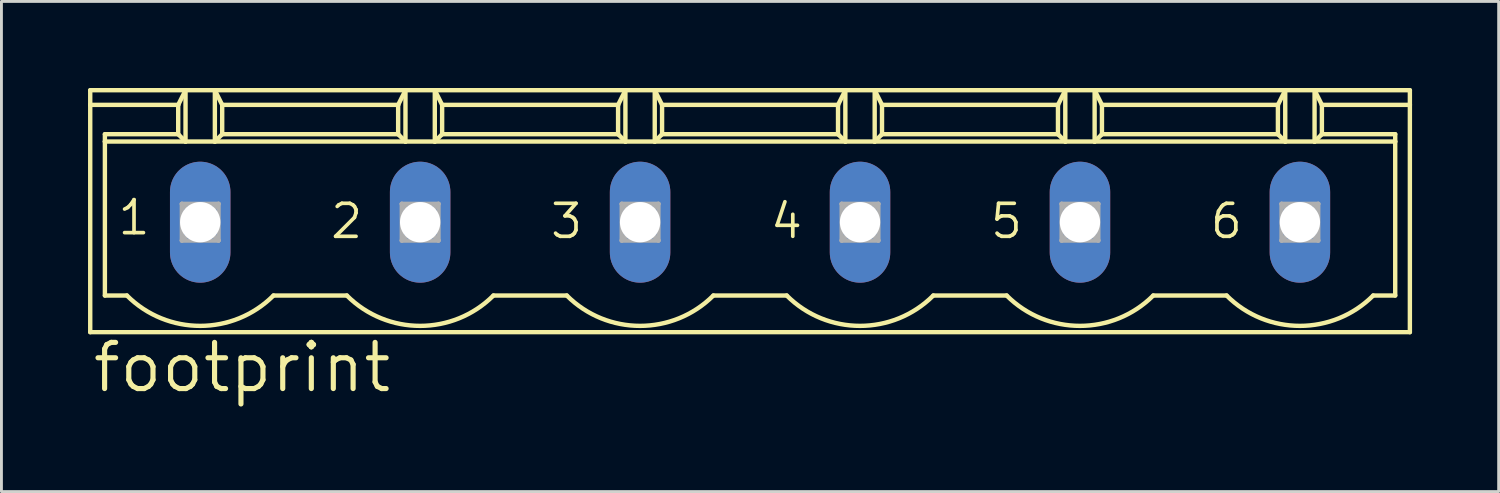
<source format=kicad_pcb>
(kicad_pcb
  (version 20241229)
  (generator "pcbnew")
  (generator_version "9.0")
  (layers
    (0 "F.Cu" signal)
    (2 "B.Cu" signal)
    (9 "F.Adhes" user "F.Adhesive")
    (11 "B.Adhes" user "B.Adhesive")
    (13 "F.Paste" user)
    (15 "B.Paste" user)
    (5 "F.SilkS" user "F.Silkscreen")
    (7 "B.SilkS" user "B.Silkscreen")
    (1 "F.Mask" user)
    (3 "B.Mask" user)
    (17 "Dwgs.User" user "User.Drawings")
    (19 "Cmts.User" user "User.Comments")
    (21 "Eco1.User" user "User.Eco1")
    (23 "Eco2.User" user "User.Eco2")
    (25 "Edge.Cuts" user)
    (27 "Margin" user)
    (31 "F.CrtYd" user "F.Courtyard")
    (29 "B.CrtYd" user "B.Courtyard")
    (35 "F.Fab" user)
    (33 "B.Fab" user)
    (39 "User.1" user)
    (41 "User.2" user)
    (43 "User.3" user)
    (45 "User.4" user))
  (footprint "footprint"
    (layer "F.Cu")
    (at 22.936 4.648)
    (property "Reference" "footprint" (at -22.86 5.969 0) (layer "F.SilkS") (effects (font (size 1.6 1.6) (thickness 0.178)) (justify left bottom)))
    (fp_line (start -22.86 -4.572) (end -19.558 -4.572) (stroke (width 0.152) (type solid)) (layer "F.SilkS"))
    (fp_line (start -22.86 -4.064) (end -22.86 -4.572) (stroke (width 0.152) (type solid)) (layer "F.SilkS"))
    (fp_line (start -22.86 -4.064) (end -19.812 -4.064) (stroke (width 0.152) (type solid)) (layer "F.SilkS"))
    (fp_line (start -22.86 3.81) (end -22.86 -4.064) (stroke (width 0.152) (type solid)) (layer "F.SilkS"))
    (fp_line (start -22.352 -3.048) (end -19.812 -3.048) (stroke (width 0.152) (type solid)) (layer "F.SilkS"))
    (fp_line (start -22.352 -2.794) (end -22.352 -3.048) (stroke (width 0.152) (type solid)) (layer "F.SilkS"))
    (fp_line (start -22.352 -2.794) (end -19.558 -2.794) (stroke (width 0.152) (type solid)) (layer "F.SilkS"))
    (fp_line (start -22.352 2.54) (end -22.352 -2.794) (stroke (width 0.152) (type solid)) (layer "F.SilkS"))
    (fp_line (start -21.59 2.54) (end -22.352 2.54) (stroke (width 0.152) (type solid)) (layer "F.SilkS"))
    (fp_line (start -19.812 -4.064) (end -19.558 -4.572) (stroke (width 0.152) (type solid)) (layer "F.SilkS"))
    (fp_line (start -19.812 -3.048) (end -19.812 -4.064) (stroke (width 0.152) (type solid)) (layer "F.SilkS"))
    (fp_line (start -19.812 -3.048) (end -19.558 -2.794) (stroke (width 0.152) (type solid)) (layer "F.SilkS"))
    (fp_line (start -19.558 -4.572) (end -18.542 -4.572) (stroke (width 0.152) (type solid)) (layer "F.SilkS"))
    (fp_line (start -19.558 -2.794) (end -19.558 -4.572) (stroke (width 0.152) (type solid)) (layer "F.SilkS"))
    (fp_line (start -19.558 -2.794) (end -18.542 -2.794) (stroke (width 0.152) (type solid)) (layer "F.SilkS"))
    (fp_line (start -18.542 -4.572) (end -18.288 -4.064) (stroke (width 0.152) (type solid)) (layer "F.SilkS"))
    (fp_line (start -18.542 -4.572) (end -11.938 -4.572) (stroke (width 0.152) (type solid)) (layer "F.SilkS"))
    (fp_line (start -18.542 -2.794) (end -18.542 -4.572) (stroke (width 0.152) (type solid)) (layer "F.SilkS"))
    (fp_line (start -18.542 -2.794) (end -11.938 -2.794) (stroke (width 0.152) (type solid)) (layer "F.SilkS"))
    (fp_line (start -18.288 -4.064) (end -18.288 -3.048) (stroke (width 0.152) (type solid)) (layer "F.SilkS"))
    (fp_line (start -18.288 -4.064) (end -12.192 -4.064) (stroke (width 0.152) (type solid)) (layer "F.SilkS"))
    (fp_line (start -18.288 -3.048) (end -18.542 -2.794) (stroke (width 0.152) (type solid)) (layer "F.SilkS"))
    (fp_line (start -13.97 2.54) (end -16.51 2.54) (stroke (width 0.152) (type solid)) (layer "F.SilkS"))
    (fp_line (start -12.192 -4.064) (end -12.192 -3.048) (stroke (width 0.152) (type solid)) (layer "F.SilkS"))
    (fp_line (start -12.192 -4.064) (end -11.938 -4.572) (stroke (width 0.152) (type solid)) (layer "F.SilkS"))
    (fp_line (start -12.192 -3.048) (end -18.288 -3.048) (stroke (width 0.152) (type solid)) (layer "F.SilkS"))
    (fp_line (start -12.192 -3.048) (end -11.938 -2.794) (stroke (width 0.152) (type solid)) (layer "F.SilkS"))
    (fp_line (start -11.938 -4.572) (end -10.922 -4.572) (stroke (width 0.152) (type solid)) (layer "F.SilkS"))
    (fp_line (start -11.938 -2.794) (end -11.938 -4.572) (stroke (width 0.152) (type solid)) (layer "F.SilkS"))
    (fp_line (start -11.938 -2.794) (end -10.922 -2.794) (stroke (width 0.152) (type solid)) (layer "F.SilkS"))
    (fp_line (start -10.922 -4.572) (end -10.668 -4.064) (stroke (width 0.152) (type solid)) (layer "F.SilkS"))
    (fp_line (start -10.922 -4.572) (end -4.318 -4.572) (stroke (width 0.152) (type solid)) (layer "F.SilkS"))
    (fp_line (start -10.922 -2.794) (end -10.922 -4.572) (stroke (width 0.152) (type solid)) (layer "F.SilkS"))
    (fp_line (start -10.922 -2.794) (end -4.318 -2.794) (stroke (width 0.152) (type solid)) (layer "F.SilkS"))
    (fp_line (start -10.668 -4.064) (end -10.668 -3.048) (stroke (width 0.152) (type solid)) (layer "F.SilkS"))
    (fp_line (start -10.668 -4.064) (end -4.572 -4.064) (stroke (width 0.152) (type solid)) (layer "F.SilkS"))
    (fp_line (start -10.668 -3.048) (end -10.922 -2.794) (stroke (width 0.152) (type solid)) (layer "F.SilkS"))
    (fp_line (start -10.668 -3.048) (end -4.572 -3.048) (stroke (width 0.152) (type solid)) (layer "F.SilkS"))
    (fp_line (start -6.35 2.54) (end -8.89 2.54) (stroke (width 0.152) (type solid)) (layer "F.SilkS"))
    (fp_line (start -4.572 -4.064) (end -4.318 -4.572) (stroke (width 0.152) (type solid)) (layer "F.SilkS"))
    (fp_line (start -4.572 -3.048) (end -4.572 -4.064) (stroke (width 0.152) (type solid)) (layer "F.SilkS"))
    (fp_line (start -4.572 -3.048) (end -4.318 -2.794) (stroke (width 0.152) (type solid)) (layer "F.SilkS"))
    (fp_line (start -4.318 -4.572) (end -3.302 -4.572) (stroke (width 0.152) (type solid)) (layer "F.SilkS"))
    (fp_line (start -4.318 -2.794) (end -4.318 -4.572) (stroke (width 0.152) (type solid)) (layer "F.SilkS"))
    (fp_line (start -4.318 -2.794) (end -3.302 -2.794) (stroke (width 0.152) (type solid)) (layer "F.SilkS"))
    (fp_line (start -3.302 -4.572) (end -3.048 -4.064) (stroke (width 0.152) (type solid)) (layer "F.SilkS"))
    (fp_line (start -3.302 -4.572) (end 3.302 -4.572) (stroke (width 0.152) (type solid)) (layer "F.SilkS"))
    (fp_line (start -3.302 -2.794) (end -3.302 -4.572) (stroke (width 0.152) (type solid)) (layer "F.SilkS"))
    (fp_line (start -3.302 -2.794) (end 3.302 -2.794) (stroke (width 0.152) (type solid)) (layer "F.SilkS"))
    (fp_line (start -3.048 -4.064) (end -3.048 -3.048) (stroke (width 0.152) (type solid)) (layer "F.SilkS"))
    (fp_line (start -3.048 -4.064) (end 3.048 -4.064) (stroke (width 0.152) (type solid)) (layer "F.SilkS"))
    (fp_line (start -3.048 -3.048) (end -3.302 -2.794) (stroke (width 0.152) (type solid)) (layer "F.SilkS"))
    (fp_line (start 1.27 2.54) (end -1.27 2.54) (stroke (width 0.152) (type solid)) (layer "F.SilkS"))
    (fp_line (start 3.048 -4.064) (end 3.048 -3.048) (stroke (width 0.152) (type solid)) (layer "F.SilkS"))
    (fp_line (start 3.048 -4.064) (end 3.302 -4.572) (stroke (width 0.152) (type solid)) (layer "F.SilkS"))
    (fp_line (start 3.048 -3.048) (end -3.048 -3.048) (stroke (width 0.152) (type solid)) (layer "F.SilkS"))
    (fp_line (start 3.048 -3.048) (end 3.302 -2.794) (stroke (width 0.152) (type solid)) (layer "F.SilkS"))
    (fp_line (start 3.302 -4.572) (end 4.318 -4.572) (stroke (width 0.152) (type solid)) (layer "F.SilkS"))
    (fp_line (start 3.302 -2.794) (end 3.302 -4.572) (stroke (width 0.152) (type solid)) (layer "F.SilkS"))
    (fp_line (start 3.302 -2.794) (end 4.318 -2.794) (stroke (width 0.152) (type solid)) (layer "F.SilkS"))
    (fp_line (start 4.318 -4.572) (end 4.572 -4.064) (stroke (width 0.152) (type solid)) (layer "F.SilkS"))
    (fp_line (start 4.318 -4.572) (end 10.922 -4.572) (stroke (width 0.152) (type solid)) (layer "F.SilkS"))
    (fp_line (start 4.318 -2.794) (end 4.318 -4.572) (stroke (width 0.152) (type solid)) (layer "F.SilkS"))
    (fp_line (start 4.318 -2.794) (end 10.922 -2.794) (stroke (width 0.152) (type solid)) (layer "F.SilkS"))
    (fp_line (start 4.572 -4.064) (end 4.572 -3.048) (stroke (width 0.152) (type solid)) (layer "F.SilkS"))
    (fp_line (start 4.572 -4.064) (end 10.668 -4.064) (stroke (width 0.152) (type solid)) (layer "F.SilkS"))
    (fp_line (start 4.572 -3.048) (end 4.318 -2.794) (stroke (width 0.152) (type solid)) (layer "F.SilkS"))
    (fp_line (start 4.572 -3.048) (end 10.668 -3.048) (stroke (width 0.152) (type solid)) (layer "F.SilkS"))
    (fp_line (start 8.89 2.54) (end 6.35 2.54) (stroke (width 0.152) (type solid)) (layer "F.SilkS"))
    (fp_line (start 10.668 -4.064) (end 10.668 -3.048) (stroke (width 0.152) (type solid)) (layer "F.SilkS"))
    (fp_line (start 10.668 -4.064) (end 10.922 -4.572) (stroke (width 0.152) (type solid)) (layer "F.SilkS"))
    (fp_line (start 10.668 -3.048) (end 10.922 -2.794) (stroke (width 0.152) (type solid)) (layer "F.SilkS"))
    (fp_line (start 10.922 -4.572) (end 11.938 -4.572) (stroke (width 0.152) (type solid)) (layer "F.SilkS"))
    (fp_line (start 10.922 -2.794) (end 10.922 -4.572) (stroke (width 0.152) (type solid)) (layer "F.SilkS"))
    (fp_line (start 10.922 -2.794) (end 11.938 -2.794) (stroke (width 0.152) (type solid)) (layer "F.SilkS"))
    (fp_line (start 11.938 -4.572) (end 12.192 -4.064) (stroke (width 0.152) (type solid)) (layer "F.SilkS"))
    (fp_line (start 11.938 -4.572) (end 18.542 -4.572) (stroke (width 0.152) (type solid)) (layer "F.SilkS"))
    (fp_line (start 11.938 -2.794) (end 11.938 -4.572) (stroke (width 0.152) (type solid)) (layer "F.SilkS"))
    (fp_line (start 11.938 -2.794) (end 18.542 -2.794) (stroke (width 0.152) (type solid)) (layer "F.SilkS"))
    (fp_line (start 12.192 -4.064) (end 12.192 -3.048) (stroke (width 0.152) (type solid)) (layer "F.SilkS"))
    (fp_line (start 12.192 -4.064) (end 18.288 -4.064) (stroke (width 0.152) (type solid)) (layer "F.SilkS"))
    (fp_line (start 12.192 -3.048) (end 11.938 -2.794) (stroke (width 0.152) (type solid)) (layer "F.SilkS"))
    (fp_line (start 12.192 -3.048) (end 18.288 -3.048) (stroke (width 0.152) (type solid)) (layer "F.SilkS"))
    (fp_line (start 16.51 2.54) (end 13.97 2.54) (stroke (width 0.152) (type solid)) (layer "F.SilkS"))
    (fp_line (start 18.288 -4.064) (end 18.288 -3.048) (stroke (width 0.152) (type solid)) (layer "F.SilkS"))
    (fp_line (start 18.288 -4.064) (end 18.542 -4.572) (stroke (width 0.152) (type solid)) (layer "F.SilkS"))
    (fp_line (start 18.288 -3.048) (end 18.542 -2.794) (stroke (width 0.152) (type solid)) (layer "F.SilkS"))
    (fp_line (start 18.542 -4.572) (end 19.558 -4.572) (stroke (width 0.152) (type solid)) (layer "F.SilkS"))
    (fp_line (start 18.542 -2.794) (end 18.542 -4.572) (stroke (width 0.152) (type solid)) (layer "F.SilkS"))
    (fp_line (start 18.542 -2.794) (end 19.558 -2.794) (stroke (width 0.152) (type solid)) (layer "F.SilkS"))
    (fp_line (start 19.558 -4.572) (end 19.812 -4.064) (stroke (width 0.152) (type solid)) (layer "F.SilkS"))
    (fp_line (start 19.558 -4.572) (end 22.86 -4.572) (stroke (width 0.152) (type solid)) (layer "F.SilkS"))
    (fp_line (start 19.558 -2.794) (end 19.558 -4.572) (stroke (width 0.152) (type solid)) (layer "F.SilkS"))
    (fp_line (start 19.558 -2.794) (end 22.352 -2.794) (stroke (width 0.152) (type solid)) (layer "F.SilkS"))
    (fp_line (start 19.812 -4.064) (end 19.812 -3.048) (stroke (width 0.152) (type solid)) (layer "F.SilkS"))
    (fp_line (start 19.812 -4.064) (end 22.86 -4.064) (stroke (width 0.152) (type solid)) (layer "F.SilkS"))
    (fp_line (start 19.812 -3.048) (end 19.558 -2.794) (stroke (width 0.152) (type solid)) (layer "F.SilkS"))
    (fp_line (start 19.812 -3.048) (end 22.352 -3.048) (stroke (width 0.152) (type solid)) (layer "F.SilkS"))
    (fp_line (start 22.352 -3.048) (end 22.352 -2.794) (stroke (width 0.152) (type solid)) (layer "F.SilkS"))
    (fp_line (start 22.352 -2.794) (end 22.352 2.54) (stroke (width 0.152) (type solid)) (layer "F.SilkS"))
    (fp_line (start 22.352 2.54) (end 21.59 2.54) (stroke (width 0.152) (type solid)) (layer "F.SilkS"))
    (fp_line (start 22.86 -4.064) (end 22.86 -4.572) (stroke (width 0.152) (type solid)) (layer "F.SilkS"))
    (fp_line (start 22.86 3.81) (end -22.86 3.81) (stroke (width 0.152) (type solid)) (layer "F.SilkS"))
    (fp_line (start 22.86 3.81) (end 22.86 -4.064) (stroke (width 0.152) (type solid)) (layer "F.SilkS"))
    (fp_arc (start -16.51 2.54) (mid -19.05 3.592102) (end -21.59 2.54) (stroke (width 0.1524) (type solid)) (layer "F.SilkS"))
    (fp_arc (start -8.89 2.54) (mid -11.43 3.592102) (end -13.97 2.54) (stroke (width 0.1524) (type solid)) (layer "F.SilkS"))
    (fp_arc (start -1.27 2.54) (mid -3.81 3.592102) (end -6.35 2.54) (stroke (width 0.1524) (type solid)) (layer "F.SilkS"))
    (fp_arc (start 6.35 2.54) (mid 3.81 3.592102) (end 1.27 2.54) (stroke (width 0.1524) (type solid)) (layer "F.SilkS"))
    (fp_arc (start 13.97 2.54) (mid 11.43 3.592102) (end 8.89 2.54) (stroke (width 0.1524) (type solid)) (layer "F.SilkS"))
    (fp_arc (start 21.59 2.54) (mid 19.05 3.592102) (end 16.51 2.54) (stroke (width 0.1524) (type solid)) (layer "F.SilkS"))
    (fp_line (start -19.685 -0.635) (end -19.685 0.635) (stroke (width 0.152) (type solid)) (layer "F.Fab"))
    (fp_line (start -19.685 -0.635) (end -18.415 0.635) (stroke (width 0.152) (type solid)) (layer "F.Fab"))
    (fp_line (start -19.685 0.635) (end -18.415 -0.635) (stroke (width 0.152) (type solid)) (layer "F.Fab"))
    (fp_line (start -19.685 0.635) (end -18.415 0.635) (stroke (width 0.152) (type solid)) (layer "F.Fab"))
    (fp_line (start -18.415 -0.635) (end -19.685 -0.635) (stroke (width 0.152) (type solid)) (layer "F.Fab"))
    (fp_line (start -18.415 0.635) (end -18.415 -0.635) (stroke (width 0.152) (type solid)) (layer "F.Fab"))
    (fp_line (start -12.065 -0.635) (end -12.065 0.635) (stroke (width 0.152) (type solid)) (layer "F.Fab"))
    (fp_line (start -12.065 -0.635) (end -10.795 0.635) (stroke (width 0.152) (type solid)) (layer "F.Fab"))
    (fp_line (start -12.065 0.635) (end -10.795 -0.635) (stroke (width 0.152) (type solid)) (layer "F.Fab"))
    (fp_line (start -12.065 0.635) (end -10.795 0.635) (stroke (width 0.152) (type solid)) (layer "F.Fab"))
    (fp_line (start -10.795 -0.635) (end -12.065 -0.635) (stroke (width 0.152) (type solid)) (layer "F.Fab"))
    (fp_line (start -10.795 0.635) (end -10.795 -0.635) (stroke (width 0.152) (type solid)) (layer "F.Fab"))
    (fp_line (start -4.445 -0.635) (end -4.445 0.635) (stroke (width 0.152) (type solid)) (layer "F.Fab"))
    (fp_line (start -4.445 -0.635) (end -3.175 0.635) (stroke (width 0.152) (type solid)) (layer "F.Fab"))
    (fp_line (start -4.445 0.635) (end -3.175 -0.635) (stroke (width 0.152) (type solid)) (layer "F.Fab"))
    (fp_line (start -4.445 0.635) (end -3.175 0.635) (stroke (width 0.152) (type solid)) (layer "F.Fab"))
    (fp_line (start -3.175 -0.635) (end -4.445 -0.635) (stroke (width 0.152) (type solid)) (layer "F.Fab"))
    (fp_line (start -3.175 0.635) (end -3.175 -0.635) (stroke (width 0.152) (type solid)) (layer "F.Fab"))
    (fp_line (start 3.175 -0.635) (end 3.175 0.635) (stroke (width 0.152) (type solid)) (layer "F.Fab"))
    (fp_line (start 3.175 -0.635) (end 4.445 0.635) (stroke (width 0.152) (type solid)) (layer "F.Fab"))
    (fp_line (start 3.175 0.635) (end 4.445 -0.635) (stroke (width 0.152) (type solid)) (layer "F.Fab"))
    (fp_line (start 3.175 0.635) (end 4.445 0.635) (stroke (width 0.152) (type solid)) (layer "F.Fab"))
    (fp_line (start 4.445 -0.635) (end 3.175 -0.635) (stroke (width 0.152) (type solid)) (layer "F.Fab"))
    (fp_line (start 4.445 0.635) (end 4.445 -0.635) (stroke (width 0.152) (type solid)) (layer "F.Fab"))
    (fp_line (start 10.795 -0.635) (end 10.795 0.635) (stroke (width 0.152) (type solid)) (layer "F.Fab"))
    (fp_line (start 10.795 -0.635) (end 12.065 0.635) (stroke (width 0.152) (type solid)) (layer "F.Fab"))
    (fp_line (start 10.795 0.635) (end 12.065 -0.635) (stroke (width 0.152) (type solid)) (layer "F.Fab"))
    (fp_line (start 10.795 0.635) (end 12.065 0.635) (stroke (width 0.152) (type solid)) (layer "F.Fab"))
    (fp_line (start 12.065 -0.635) (end 10.795 -0.635) (stroke (width 0.152) (type solid)) (layer "F.Fab"))
    (fp_line (start 12.065 0.635) (end 12.065 -0.635) (stroke (width 0.152) (type solid)) (layer "F.Fab"))
    (fp_line (start 18.415 -0.635) (end 18.415 0.635) (stroke (width 0.152) (type solid)) (layer "F.Fab"))
    (fp_line (start 18.415 -0.635) (end 19.685 0.635) (stroke (width 0.152) (type solid)) (layer "F.Fab"))
    (fp_line (start 18.415 0.635) (end 19.685 -0.635) (stroke (width 0.152) (type solid)) (layer "F.Fab"))
    (fp_line (start 18.415 0.635) (end 19.685 0.635) (stroke (width 0.152) (type solid)) (layer "F.Fab"))
    (fp_line (start 19.685 -0.635) (end 18.415 -0.635) (stroke (width 0.152) (type solid)) (layer "F.Fab"))
    (fp_line (start 19.685 0.635) (end 19.685 -0.635) (stroke (width 0.152) (type solid)) (layer "F.Fab"))
    (fp_text user "6" (at 15.875 0.635 0) (layer "F.SilkS") (effects (font (size 1.143 1.143) (thickness 0.127)) (justify left bottom)))
    (fp_text user "2" (at -14.605 0.635 0) (layer "F.SilkS") (effects (font (size 1.143 1.143) (thickness 0.127)) (justify left bottom)))
    (fp_text user "5" (at 8.255 0.635 0) (layer "F.SilkS") (effects (font (size 1.143 1.143) (thickness 0.127)) (justify left bottom)))
    (fp_text user "4" (at 0.635 0.635 0) (layer "F.SilkS") (effects (font (size 1.143 1.143) (thickness 0.127)) (justify left bottom)))
    (fp_text user "1" (at -21.971 0.508 0) (layer "F.SilkS") (effects (font (size 1.143 1.143) (thickness 0.127)) (justify left bottom)))
    (fp_text user "3" (at -6.985 0.635 0) (layer "F.SilkS") (effects (font (size 1.143 1.143) (thickness 0.127)) (justify left bottom)))
    (pad "1" thru_hole oval (at -19.05 0 90) (size 4.191 2.095) (drill 1.397) (layers "*.Cu" "*.Mask"))
    (pad "2" thru_hole oval (at -11.43 0 90) (size 4.191 2.095) (drill 1.397) (layers "*.Cu" "*.Mask"))
    (pad "3" thru_hole oval (at -3.81 0 90) (size 4.191 2.095) (drill 1.397) (layers "*.Cu" "*.Mask"))
    (pad "4" thru_hole oval (at 3.81 0 90) (size 4.191 2.095) (drill 1.397) (layers "*.Cu" "*.Mask"))
    (pad "5" thru_hole oval (at 11.43 0 90) (size 4.191 2.095) (drill 1.397) (layers "*.Cu" "*.Mask"))
    (pad "6" thru_hole oval (at 19.05 0 90) (size 4.191 2.095) (drill 1.397) (layers "*.Cu" "*.Mask")))
  (gr_rect
    (start -3 -3)
    (end 48.872 13.98)
    (stroke (width 0.1) (type default))
    (fill no)
    (layer "Edge.Cuts")))
</source>
